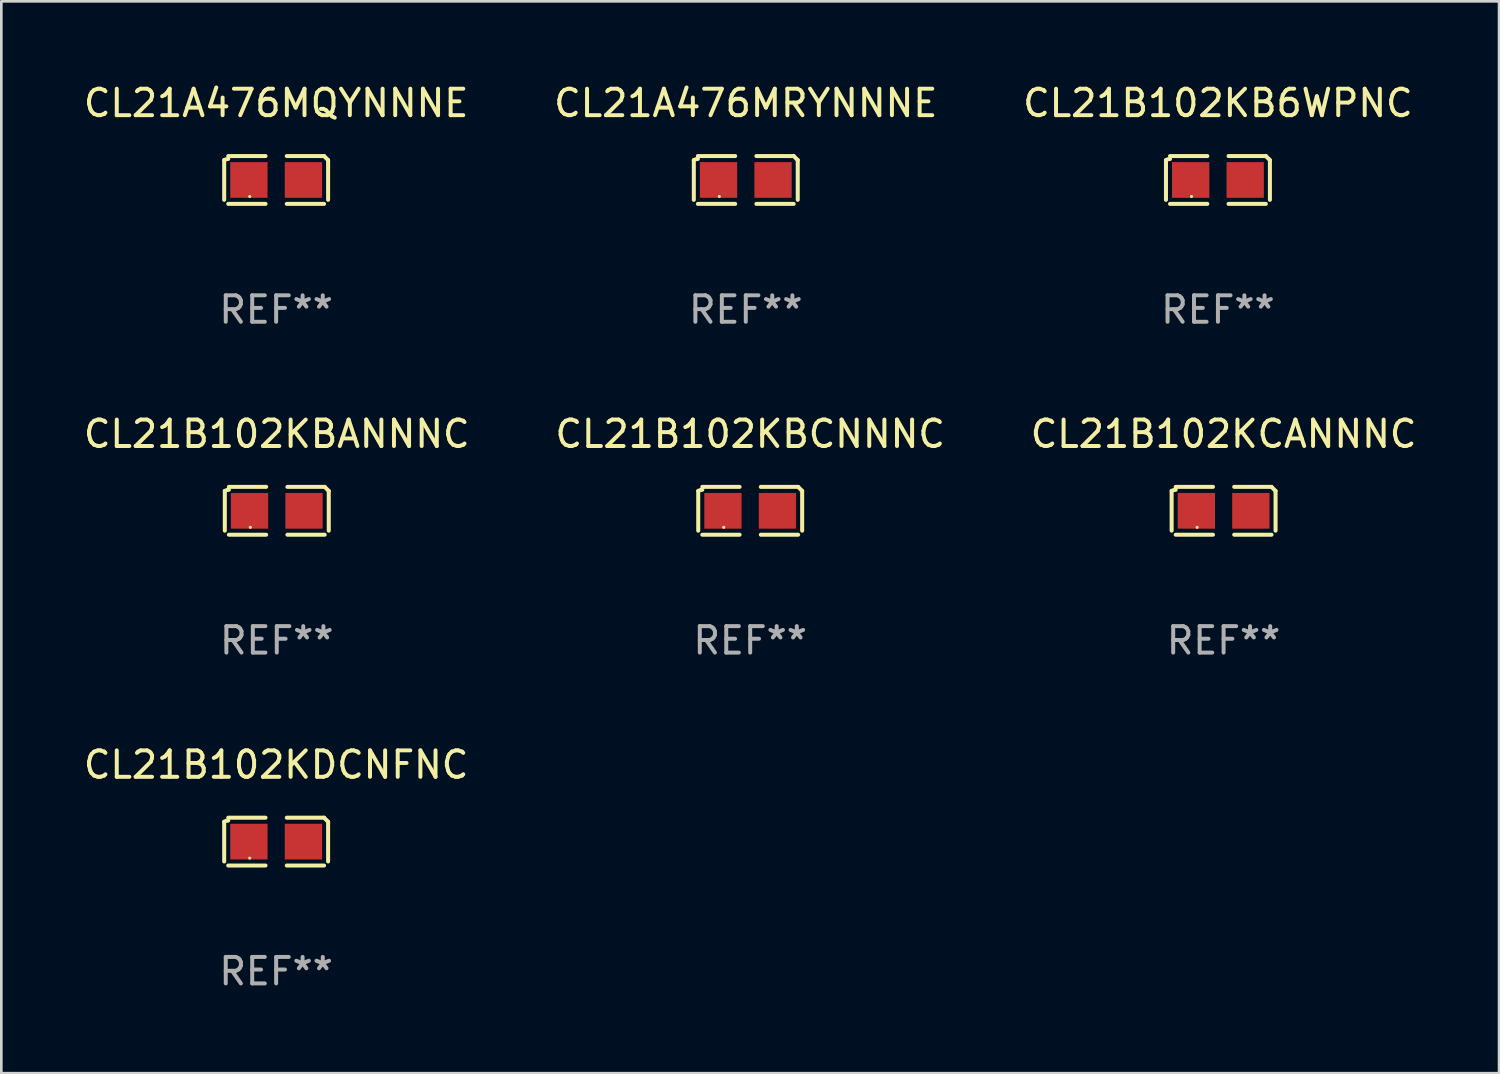
<source format=kicad_pcb>
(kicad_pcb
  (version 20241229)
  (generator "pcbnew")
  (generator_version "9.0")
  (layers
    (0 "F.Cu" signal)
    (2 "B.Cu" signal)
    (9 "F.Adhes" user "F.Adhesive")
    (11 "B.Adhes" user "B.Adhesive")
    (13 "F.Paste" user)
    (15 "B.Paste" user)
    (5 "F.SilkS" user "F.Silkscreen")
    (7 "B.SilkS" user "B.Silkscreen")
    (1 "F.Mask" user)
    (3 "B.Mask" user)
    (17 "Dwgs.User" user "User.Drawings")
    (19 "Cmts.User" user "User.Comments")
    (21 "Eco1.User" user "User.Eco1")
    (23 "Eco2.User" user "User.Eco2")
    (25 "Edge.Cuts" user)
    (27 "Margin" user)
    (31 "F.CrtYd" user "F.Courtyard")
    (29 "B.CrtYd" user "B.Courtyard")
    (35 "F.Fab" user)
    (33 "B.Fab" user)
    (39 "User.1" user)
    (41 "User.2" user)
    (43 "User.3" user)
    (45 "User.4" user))
  (footprint "CL21B102KBANNNC"
    (layer "F.Cu")
    (at 7.411 16.256)
    (property "Reference" "CL21B102KBANNNC" (at 0 -2.904 0) (layer "F.SilkS") (effects (font (size 1 1) (thickness 0.15))))
    (attr through_hole)
    (fp_line (start -1.964 0.751) (end -1.964 -0.751) (stroke (width 0.152) (type solid)) (layer "F.SilkS"))
    (fp_line (start -1.811 -0.904) (end -0.401 -0.904) (stroke (width 0.152) (type solid)) (layer "F.SilkS"))
    (fp_line (start -0.401 0.904) (end -1.811 0.904) (stroke (width 0.152) (type solid)) (layer "F.SilkS"))
    (fp_line (start 0.401 0.904) (end 1.811 0.904) (stroke (width 0.152) (type solid)) (layer "F.SilkS"))
    (fp_line (start 1.811 -0.904) (end 0.401 -0.904) (stroke (width 0.152) (type solid)) (layer "F.SilkS"))
    (fp_line (start 1.964 0.751) (end 1.964 -0.751) (stroke (width 0.152) (type solid)) (layer "F.SilkS"))
    (fp_arc (start -1.963602 -0.751207) (mid -1.890354 -0.783131) (end -1.811201 -0.794044) (stroke (width 0.1524) (type solid)) (layer "F.SilkS"))
    (fp_arc (start 1.811202 -0.903607) (mid 1.887413 -0.827418) (end 1.963602 -0.751207) (stroke (width 0.1524) (type solid)) (layer "F.SilkS"))
    (fp_circle (center -1 0.625) (end -0.97 0.625) (stroke (width 0.06) (type solid)) (fill no) (layer "F.SilkS"))
    (fp_text user "REF**" (at 0 4.904 0) (layer "F.Fab") (effects (font (size 1 1) (thickness 0.15))))
    (pad "1" smd rect (at -1.03 0) (size 1.41 1.35) (layers "F.Cu" "F.Mask" "F.Paste"))
    (pad "2" smd rect (at 1.03 0) (size 1.41 1.35) (layers "F.Cu" "F.Mask" "F.Paste")))
  (footprint "CL21B102KCANNNC"
    (layer "F.Cu")
    (at 43.196 16.256)
    (property "Reference" "CL21B102KCANNNC" (at 0 -2.904 0) (layer "F.SilkS") (effects (font (size 1 1) (thickness 0.15))))
    (attr through_hole)
    (fp_line (start -1.964 0.751) (end -1.964 -0.751) (stroke (width 0.152) (type solid)) (layer "F.SilkS"))
    (fp_line (start -1.811 -0.904) (end -0.401 -0.904) (stroke (width 0.152) (type solid)) (layer "F.SilkS"))
    (fp_line (start -0.401 0.904) (end -1.811 0.904) (stroke (width 0.152) (type solid)) (layer "F.SilkS"))
    (fp_line (start 0.401 0.904) (end 1.811 0.904) (stroke (width 0.152) (type solid)) (layer "F.SilkS"))
    (fp_line (start 1.811 -0.904) (end 0.401 -0.904) (stroke (width 0.152) (type solid)) (layer "F.SilkS"))
    (fp_line (start 1.964 0.751) (end 1.964 -0.751) (stroke (width 0.152) (type solid)) (layer "F.SilkS"))
    (fp_arc (start -1.963602 -0.751207) (mid -1.890354 -0.783131) (end -1.811201 -0.794044) (stroke (width 0.1524) (type solid)) (layer "F.SilkS"))
    (fp_arc (start 1.811202 -0.903607) (mid 1.887413 -0.827418) (end 1.963602 -0.751207) (stroke (width 0.1524) (type solid)) (layer "F.SilkS"))
    (fp_circle (center -1 0.625) (end -0.97 0.625) (stroke (width 0.06) (type solid)) (fill no) (layer "F.SilkS"))
    (fp_text user "REF**" (at 0 4.904 0) (layer "F.Fab") (effects (font (size 1 1) (thickness 0.15))))
    (pad "1" smd rect (at -1.03 0) (size 1.41 1.35) (layers "F.Cu" "F.Mask" "F.Paste"))
    (pad "2" smd rect (at 1.03 0) (size 1.41 1.35) (layers "F.Cu" "F.Mask" "F.Paste")))
  (footprint "CL21B102KBCNNNC"
    (layer "F.Cu")
    (at 25.304 16.256)
    (property "Reference" "CL21B102KBCNNNC" (at 0 -2.904 0) (layer "F.SilkS") (effects (font (size 1 1) (thickness 0.15))))
    (attr through_hole)
    (fp_line (start -1.964 0.751) (end -1.964 -0.751) (stroke (width 0.152) (type solid)) (layer "F.SilkS"))
    (fp_line (start -1.811 -0.904) (end -0.401 -0.904) (stroke (width 0.152) (type solid)) (layer "F.SilkS"))
    (fp_line (start -0.401 0.904) (end -1.811 0.904) (stroke (width 0.152) (type solid)) (layer "F.SilkS"))
    (fp_line (start 0.401 0.904) (end 1.811 0.904) (stroke (width 0.152) (type solid)) (layer "F.SilkS"))
    (fp_line (start 1.811 -0.904) (end 0.401 -0.904) (stroke (width 0.152) (type solid)) (layer "F.SilkS"))
    (fp_line (start 1.964 0.751) (end 1.964 -0.751) (stroke (width 0.152) (type solid)) (layer "F.SilkS"))
    (fp_arc (start -1.963602 -0.751207) (mid -1.890354 -0.783131) (end -1.811201 -0.794044) (stroke (width 0.1524) (type solid)) (layer "F.SilkS"))
    (fp_arc (start 1.811202 -0.903607) (mid 1.887413 -0.827418) (end 1.963602 -0.751207) (stroke (width 0.1524) (type solid)) (layer "F.SilkS"))
    (fp_circle (center -1 0.625) (end -0.97 0.625) (stroke (width 0.06) (type solid)) (fill no) (layer "F.SilkS"))
    (fp_text user "REF**" (at 0 4.904 0) (layer "F.Fab") (effects (font (size 1 1) (thickness 0.15))))
    (pad "1" smd rect (at -1.03 0) (size 1.41 1.35) (layers "F.Cu" "F.Mask" "F.Paste"))
    (pad "2" smd rect (at 1.03 0) (size 1.41 1.35) (layers "F.Cu" "F.Mask" "F.Paste")))
  (footprint "CL21B102KDCNFNC"
    (layer "F.Cu")
    (at 7.387 28.759)
    (property "Reference" "CL21B102KDCNFNC" (at 0 -2.904 0) (layer "F.SilkS") (effects (font (size 1 1) (thickness 0.15))))
    (attr through_hole)
    (fp_line (start -1.964 0.751) (end -1.964 -0.751) (stroke (width 0.152) (type solid)) (layer "F.SilkS"))
    (fp_line (start -1.811 -0.904) (end -0.401 -0.904) (stroke (width 0.152) (type solid)) (layer "F.SilkS"))
    (fp_line (start -0.401 0.904) (end -1.811 0.904) (stroke (width 0.152) (type solid)) (layer "F.SilkS"))
    (fp_line (start 0.401 0.904) (end 1.811 0.904) (stroke (width 0.152) (type solid)) (layer "F.SilkS"))
    (fp_line (start 1.811 -0.904) (end 0.401 -0.904) (stroke (width 0.152) (type solid)) (layer "F.SilkS"))
    (fp_line (start 1.964 0.751) (end 1.964 -0.751) (stroke (width 0.152) (type solid)) (layer "F.SilkS"))
    (fp_arc (start -1.963602 -0.751207) (mid -1.890354 -0.783131) (end -1.811201 -0.794044) (stroke (width 0.1524) (type solid)) (layer "F.SilkS"))
    (fp_arc (start 1.811202 -0.903607) (mid 1.887413 -0.827418) (end 1.963602 -0.751207) (stroke (width 0.1524) (type solid)) (layer "F.SilkS"))
    (fp_circle (center -1 0.625) (end -0.97 0.625) (stroke (width 0.06) (type solid)) (fill no) (layer "F.SilkS"))
    (fp_text user "REF**" (at 0 4.904 0) (layer "F.Fab") (effects (font (size 1 1) (thickness 0.15))))
    (pad "1" smd rect (at -1.03 0) (size 1.41 1.35) (layers "F.Cu" "F.Mask" "F.Paste"))
    (pad "2" smd rect (at 1.03 0) (size 1.41 1.35) (layers "F.Cu" "F.Mask" "F.Paste")))
  (footprint "CL21A476MRYNNNE"
    (layer "F.Cu")
    (at 25.137 3.752)
    (property "Reference" "CL21A476MRYNNNE" (at 0 -2.904 0) (layer "F.SilkS") (effects (font (size 1 1) (thickness 0.15))))
    (attr through_hole)
    (fp_line (start -1.964 0.751) (end -1.964 -0.751) (stroke (width 0.152) (type solid)) (layer "F.SilkS"))
    (fp_line (start -1.811 -0.904) (end -0.401 -0.904) (stroke (width 0.152) (type solid)) (layer "F.SilkS"))
    (fp_line (start -0.401 0.904) (end -1.811 0.904) (stroke (width 0.152) (type solid)) (layer "F.SilkS"))
    (fp_line (start 0.401 0.904) (end 1.811 0.904) (stroke (width 0.152) (type solid)) (layer "F.SilkS"))
    (fp_line (start 1.811 -0.904) (end 0.401 -0.904) (stroke (width 0.152) (type solid)) (layer "F.SilkS"))
    (fp_line (start 1.964 0.751) (end 1.964 -0.751) (stroke (width 0.152) (type solid)) (layer "F.SilkS"))
    (fp_arc (start -1.963602 -0.751207) (mid -1.890354 -0.783131) (end -1.811201 -0.794044) (stroke (width 0.1524) (type solid)) (layer "F.SilkS"))
    (fp_arc (start 1.811202 -0.903607) (mid 1.887413 -0.827418) (end 1.963602 -0.751207) (stroke (width 0.1524) (type solid)) (layer "F.SilkS"))
    (fp_circle (center -1 0.625) (end -0.97 0.625) (stroke (width 0.06) (type solid)) (fill no) (layer "F.SilkS"))
    (fp_text user "REF**" (at 0 4.904 0) (layer "F.Fab") (effects (font (size 1 1) (thickness 0.15))))
    (pad "1" smd rect (at -1.03 0) (size 1.41 1.35) (layers "F.Cu" "F.Mask" "F.Paste"))
    (pad "2" smd rect (at 1.03 0) (size 1.41 1.35) (layers "F.Cu" "F.Mask" "F.Paste")))
  (footprint "CL21A476MQYNNNE"
    (layer "F.Cu")
    (at 7.387 3.752)
    (property "Reference" "CL21A476MQYNNNE" (at 0 -2.904 0) (layer "F.SilkS") (effects (font (size 1 1) (thickness 0.15))))
    (attr through_hole)
    (fp_line (start -1.964 0.751) (end -1.964 -0.751) (stroke (width 0.152) (type solid)) (layer "F.SilkS"))
    (fp_line (start -1.811 -0.904) (end -0.401 -0.904) (stroke (width 0.152) (type solid)) (layer "F.SilkS"))
    (fp_line (start -0.401 0.904) (end -1.811 0.904) (stroke (width 0.152) (type solid)) (layer "F.SilkS"))
    (fp_line (start 0.401 0.904) (end 1.811 0.904) (stroke (width 0.152) (type solid)) (layer "F.SilkS"))
    (fp_line (start 1.811 -0.904) (end 0.401 -0.904) (stroke (width 0.152) (type solid)) (layer "F.SilkS"))
    (fp_line (start 1.964 0.751) (end 1.964 -0.751) (stroke (width 0.152) (type solid)) (layer "F.SilkS"))
    (fp_arc (start -1.963602 -0.751207) (mid -1.890354 -0.783131) (end -1.811201 -0.794044) (stroke (width 0.1524) (type solid)) (layer "F.SilkS"))
    (fp_arc (start 1.811202 -0.903607) (mid 1.887413 -0.827418) (end 1.963602 -0.751207) (stroke (width 0.1524) (type solid)) (layer "F.SilkS"))
    (fp_circle (center -1 0.625) (end -0.97 0.625) (stroke (width 0.06) (type solid)) (fill no) (layer "F.SilkS"))
    (fp_text user "REF**" (at 0 4.904 0) (layer "F.Fab") (effects (font (size 1 1) (thickness 0.15))))
    (pad "1" smd rect (at -1.03 0) (size 1.41 1.35) (layers "F.Cu" "F.Mask" "F.Paste"))
    (pad "2" smd rect (at 1.03 0) (size 1.41 1.35) (layers "F.Cu" "F.Mask" "F.Paste")))
  (footprint "CL21B102KB6WPNC"
    (layer "F.Cu")
    (at 42.982 3.752)
    (property "Reference" "CL21B102KB6WPNC" (at 0 -2.904 0) (layer "F.SilkS") (effects (font (size 1 1) (thickness 0.15))))
    (attr through_hole)
    (fp_line (start -1.964 0.751) (end -1.964 -0.751) (stroke (width 0.152) (type solid)) (layer "F.SilkS"))
    (fp_line (start -1.811 -0.904) (end -0.401 -0.904) (stroke (width 0.152) (type solid)) (layer "F.SilkS"))
    (fp_line (start -0.401 0.904) (end -1.811 0.904) (stroke (width 0.152) (type solid)) (layer "F.SilkS"))
    (fp_line (start 0.401 0.904) (end 1.811 0.904) (stroke (width 0.152) (type solid)) (layer "F.SilkS"))
    (fp_line (start 1.811 -0.904) (end 0.401 -0.904) (stroke (width 0.152) (type solid)) (layer "F.SilkS"))
    (fp_line (start 1.964 0.751) (end 1.964 -0.751) (stroke (width 0.152) (type solid)) (layer "F.SilkS"))
    (fp_arc (start -1.963602 -0.751207) (mid -1.890354 -0.783131) (end -1.811201 -0.794044) (stroke (width 0.1524) (type solid)) (layer "F.SilkS"))
    (fp_arc (start 1.811202 -0.903607) (mid 1.887413 -0.827418) (end 1.963602 -0.751207) (stroke (width 0.1524) (type solid)) (layer "F.SilkS"))
    (fp_circle (center -1 0.625) (end -0.97 0.625) (stroke (width 0.06) (type solid)) (fill no) (layer "F.SilkS"))
    (fp_text user "REF**" (at 0 4.904 0) (layer "F.Fab") (effects (font (size 1 1) (thickness 0.15))))
    (pad "1" smd rect (at -1.03 0) (size 1.41 1.35) (layers "F.Cu" "F.Mask" "F.Paste"))
    (pad "2" smd rect (at 1.03 0) (size 1.41 1.35) (layers "F.Cu" "F.Mask" "F.Paste")))
  (gr_rect
    (start -3 -3)
    (end 53.607 37.511)
    (stroke (width 0.1) (type default))
    (fill no)
    (layer "Edge.Cuts")))
</source>
